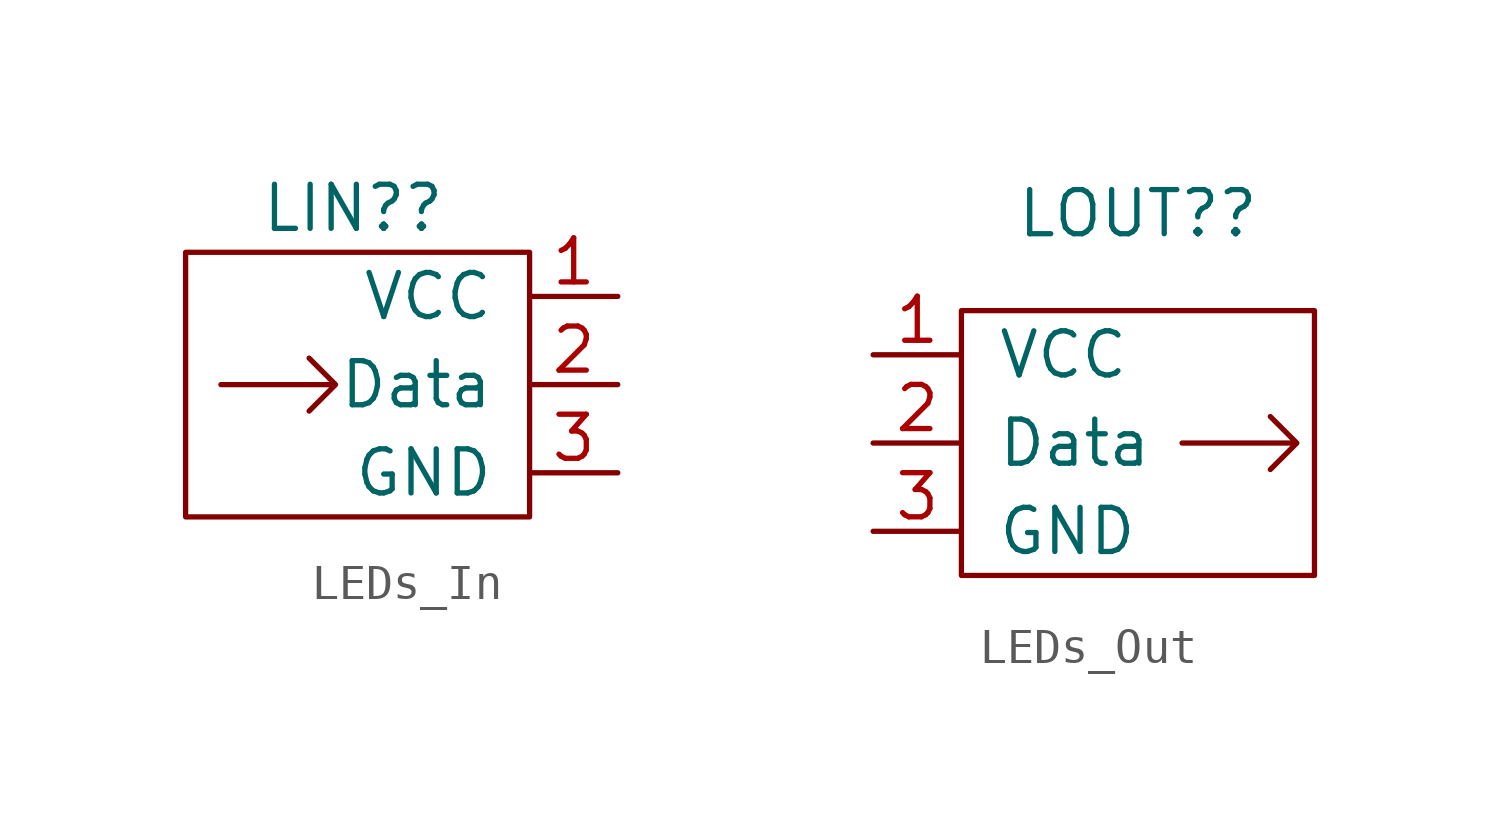
<source format=kicad_sym>
(kicad_symbol_lib
  (version 20211014)
  (generator kicad_symbol_editor)
  (symbol "LEDs_In"
    (pin_names
      (offset 1.016))
    (property "Reference" "LIN?"
      (at 0 5.08 0)
      (effects (font (size 1.27 1.27))))
    (symbol "LEDs_In_0_1"
      (rectangle (start -4.826 3.81) (end 5.08 -3.81) (stroke (width 0.152) (type default) (color 0 0 0 0)) (fill (type none)))
      (polyline (pts (xy -3.81 0) (xy -0.508 0) (xy -1.27 0.762) (xy -0.508 0) (xy -1.27 -0.762)) (stroke (width 0.152) (type default) (color 0 0 0 0)) (fill (type none))))
    (symbol "LEDs_In_1_1"
      (pin power_out line (at 7.62 2.54 180) (length 2.54) (name "VCC" (effects (font (size 1.27 1.27)))) (number "1" (effects (font (size 1.27 1.27)))))
      (pin output line (at 7.62 0 180) (length 2.54) (name "Data" (effects (font (size 1.27 1.27)))) (number "2" (effects (font (size 1.27 1.27)))))
      (pin power_out line (at 7.62 -2.54 180) (length 2.54) (name "GND" (effects (font (size 1.27 1.27)))) (number "3" (effects (font (size 1.27 1.27)))))))
  (symbol "LEDs_Out"
    (pin_names
      (offset 1.016))
    (property "Reference" "LOUT?"
      (at 0 7.874 0)
      (effects (font (size 1.27 1.27))))
    (symbol "LEDs_Out_0_1"
      (rectangle (start -5.08 5.08) (end 5.08 -2.54) (stroke (width 0.152) (type default) (color 0 0 0 0)) (fill (type none)))
      (polyline (pts (xy 1.27 1.27) (xy 4.572 1.27) (xy 3.81 2.032) (xy 4.572 1.27) (xy 3.81 0.508)) (stroke (width 0.152) (type default) (color 0 0 0 0)) (fill (type none))))
    (symbol "LEDs_Out_1_1"
      (pin power_in line (at -7.62 3.81 0) (length 2.54) (name "VCC" (effects (font (size 1.27 1.27)))) (number "1" (effects (font (size 1.27 1.27)))))
      (pin input line (at -7.62 1.27 0) (length 2.54) (name "Data" (effects (font (size 1.27 1.27)))) (number "2" (effects (font (size 1.27 1.27)))))
      (pin power_in line (at -7.62 -1.27 0) (length 2.54) (name "GND" (effects (font (size 1.27 1.27)))) (number "3" (effects (font (size 1.27 1.27))))))))
</source>
